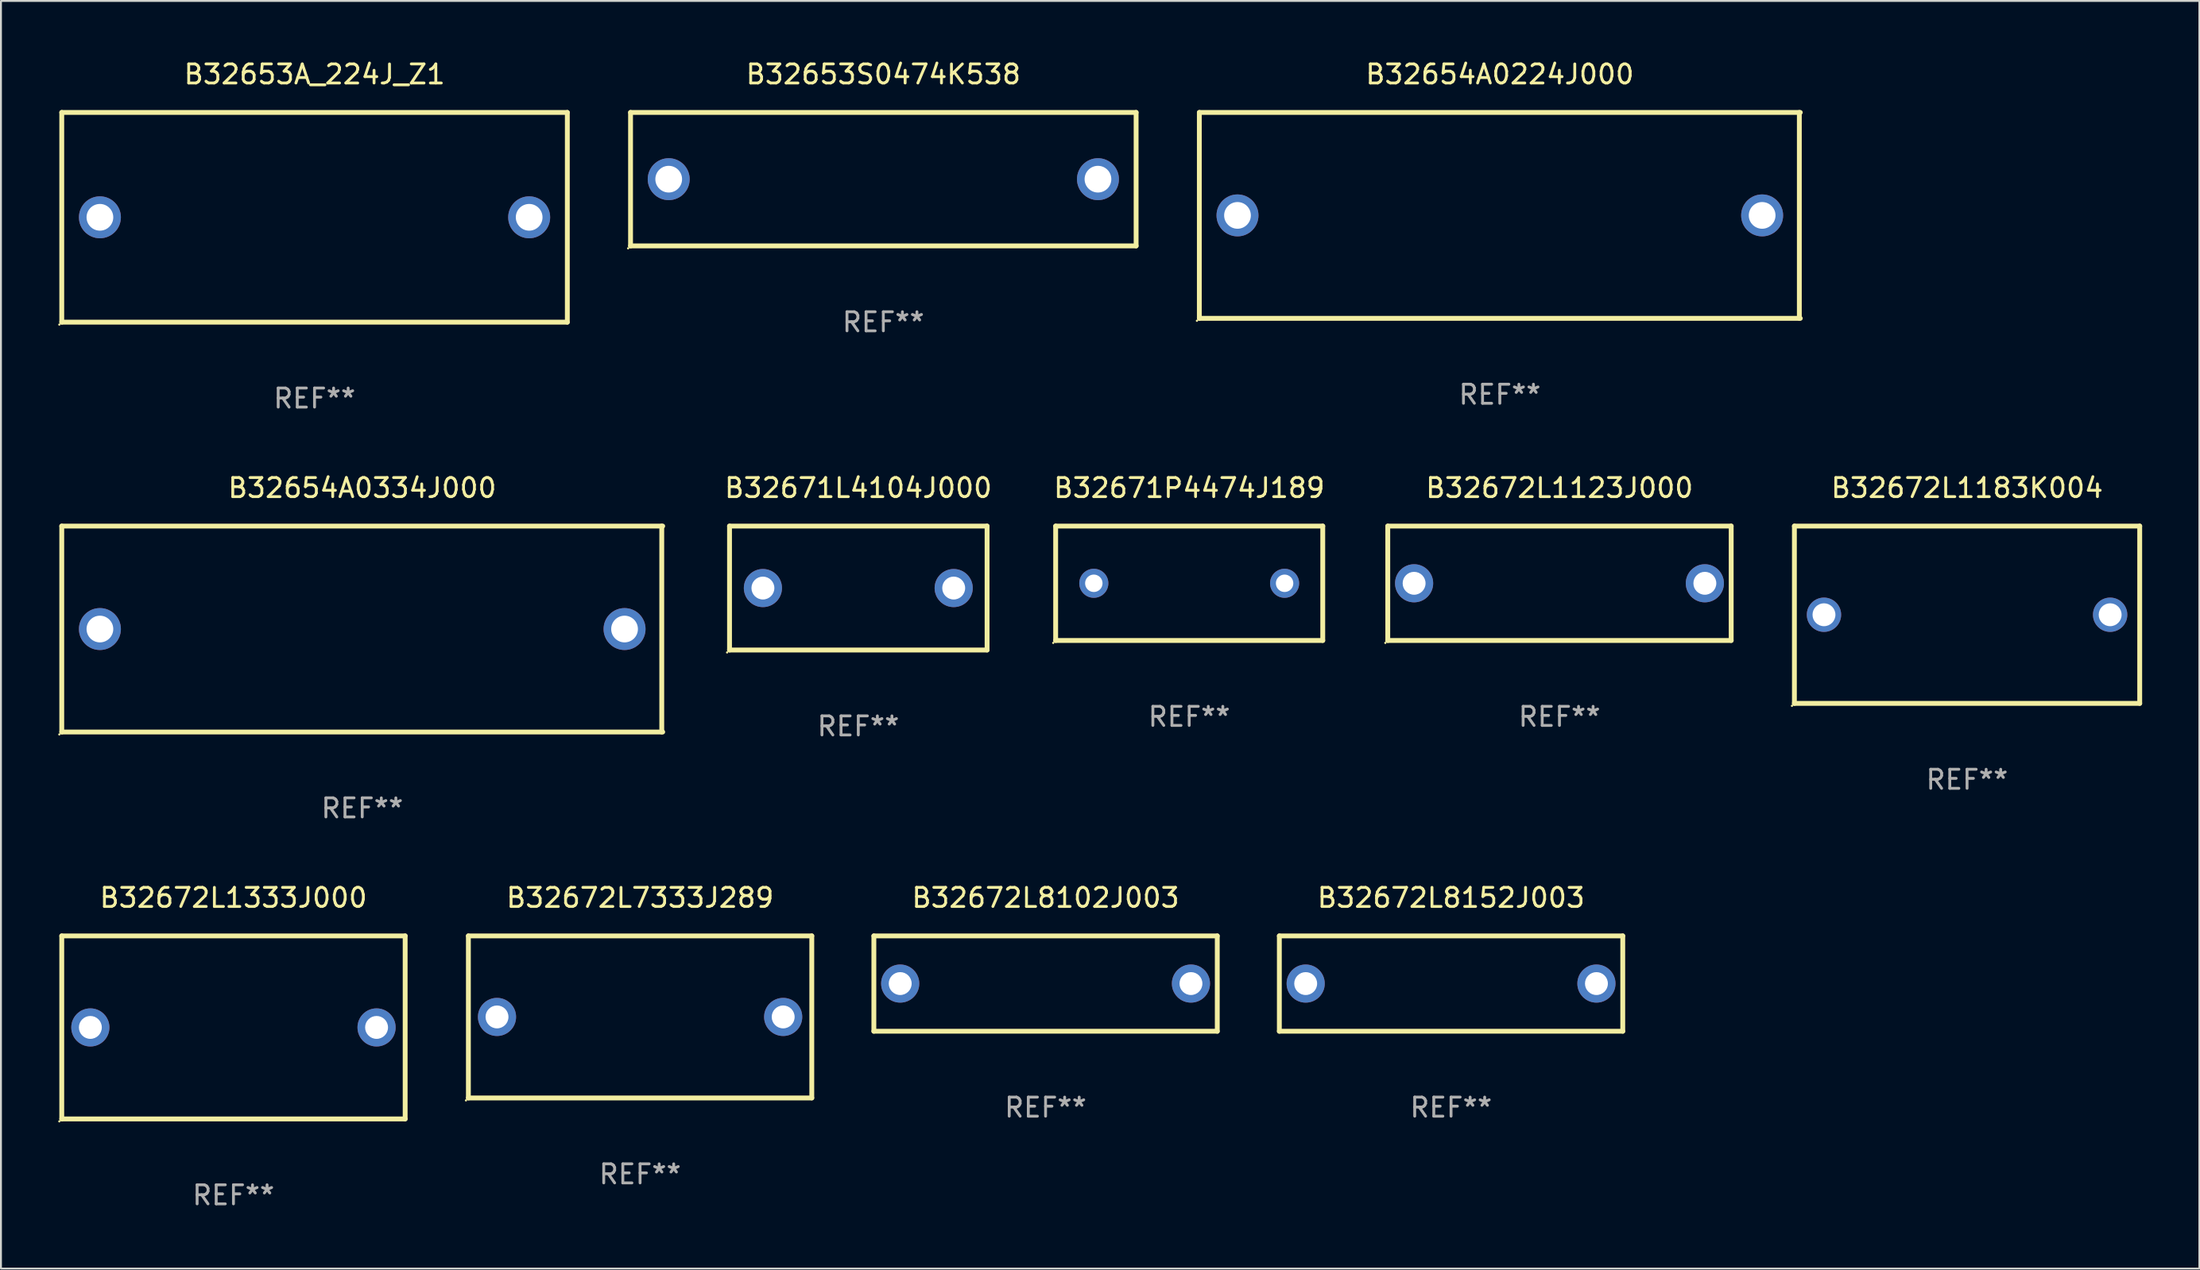
<source format=kicad_pcb>
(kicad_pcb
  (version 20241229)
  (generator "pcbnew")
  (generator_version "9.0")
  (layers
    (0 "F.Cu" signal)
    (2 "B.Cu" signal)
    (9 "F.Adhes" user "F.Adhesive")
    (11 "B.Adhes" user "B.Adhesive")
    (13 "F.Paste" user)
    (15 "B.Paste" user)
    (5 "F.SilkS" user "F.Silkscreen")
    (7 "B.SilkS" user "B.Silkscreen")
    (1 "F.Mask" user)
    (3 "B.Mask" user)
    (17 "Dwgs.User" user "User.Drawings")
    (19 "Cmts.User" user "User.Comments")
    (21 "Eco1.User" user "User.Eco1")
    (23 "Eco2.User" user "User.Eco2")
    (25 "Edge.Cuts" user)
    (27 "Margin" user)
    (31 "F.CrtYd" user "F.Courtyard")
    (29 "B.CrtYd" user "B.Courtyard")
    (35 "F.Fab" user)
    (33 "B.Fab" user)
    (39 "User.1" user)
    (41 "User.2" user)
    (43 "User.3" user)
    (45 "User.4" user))
  (footprint "B32671P4474J189"
    (layer "F.Cu")
    (at 59.284 27.545)
    (property "Reference" "B32671P4474J189" (at 0 -5 0) (layer "F.SilkS") (effects (font (size 1 1) (thickness 0.15))))
    (attr through_hole)
    (fp_line (start -7 -3) (end 7 -3) (stroke (width 0.254) (type solid)) (layer "F.SilkS"))
    (fp_line (start -7 3) (end -7 -3) (stroke (width 0.254) (type solid)) (layer "F.SilkS"))
    (fp_line (start 7 -3) (end 7 3) (stroke (width 0.254) (type solid)) (layer "F.SilkS"))
    (fp_line (start 7 3) (end -7 3) (stroke (width 0.254) (type solid)) (layer "F.SilkS"))
    (fp_circle (center -7.127 3.127) (end -7.097 3.127) (stroke (width 0.06) (type solid)) (fill no) (layer "F.SilkS"))
    (fp_text user "REF**" (at 0 7 0) (layer "F.Fab") (effects (font (size 1 1) (thickness 0.15))))
    (pad "1" thru_hole circle (at -5 0) (size 1.524 1.524) (drill 0.914) (layers "*.Cu" "*.Mask"))
    (pad "2" thru_hole circle (at 5 0) (size 1.524 1.524) (drill 0.914) (layers "*.Cu" "*.Mask")))
  (footprint "B32653S0474K538"
    (layer "F.Cu")
    (at 43.251 6.348)
    (property "Reference" "B32653S0474K538" (at 0 -5.5 0) (layer "F.SilkS") (effects (font (size 1 1) (thickness 0.15))))
    (attr through_hole)
    (fp_line (start -13.25 -3.5) (end 13.25 -3.5) (stroke (width 0.254) (type solid)) (layer "F.SilkS"))
    (fp_line (start -13.25 3.5) (end -13.25 -3.5) (stroke (width 0.254) (type solid)) (layer "F.SilkS"))
    (fp_line (start 13.25 -3.5) (end 13.25 3.5) (stroke (width 0.254) (type solid)) (layer "F.SilkS"))
    (fp_line (start 13.25 3.5) (end -13.25 3.5) (stroke (width 0.254) (type solid)) (layer "F.SilkS"))
    (fp_circle (center -13.377 3.627) (end -13.347 3.627) (stroke (width 0.06) (type solid)) (fill no) (layer "F.SilkS"))
    (fp_text user "REF**" (at 0 7.5 0) (layer "F.Fab") (effects (font (size 1 1) (thickness 0.15))))
    (pad "1" thru_hole circle (at -11.25 0) (size 2.2 2.2) (drill 1.4) (layers "*.Cu" "*.Mask"))
    (pad "2" thru_hole circle (at 11.25 0) (size 2.2 2.2) (drill 1.4) (layers "*.Cu" "*.Mask")))
  (footprint "B32654A0334J000"
    (layer "F.Cu")
    (at 15.937 29.945)
    (property "Reference" "B32654A0334J000" (at 0 -7.4 0) (layer "F.SilkS") (effects (font (size 1 1) (thickness 0.15))))
    (attr through_hole)
    (fp_line (start -15.75 -5.4) (end 15.75 -5.4) (stroke (width 0.254) (type solid)) (layer "F.SilkS"))
    (fp_line (start -15.75 5.4) (end -15.75 -5.4) (stroke (width 0.254) (type solid)) (layer "F.SilkS"))
    (fp_line (start 15.7 -5.4) (end 15.7 5.4) (stroke (width 0.254) (type solid)) (layer "F.SilkS"))
    (fp_line (start 15.75 5.4) (end -15.75 5.4) (stroke (width 0.254) (type solid)) (layer "F.SilkS"))
    (fp_circle (center -15.877 5.527) (end -15.847 5.527) (stroke (width 0.06) (type solid)) (fill no) (layer "F.SilkS"))
    (fp_text user "REF**" (at 0 9.4 0) (layer "F.Fab") (effects (font (size 1 1) (thickness 0.15))))
    (pad "1" thru_hole circle (at -13.75 0) (size 2.2 2.2) (drill 1.4) (layers "*.Cu" "*.Mask"))
    (pad "2" thru_hole circle (at 13.75 0) (size 2.2 2.2) (drill 1.4) (layers "*.Cu" "*.Mask")))
  (footprint "B32672L7333J289"
    (layer "F.Cu")
    (at 30.501 50.291)
    (property "Reference" "B32672L7333J289" (at 0 -6.25 0) (layer "F.SilkS") (effects (font (size 1 1) (thickness 0.15))))
    (attr through_hole)
    (fp_line (start -9 -4.25) (end -9 4.25) (stroke (width 0.254) (type solid)) (layer "F.SilkS"))
    (fp_line (start -9 -4.25) (end 9 -4.25) (stroke (width 0.254) (type solid)) (layer "F.SilkS"))
    (fp_line (start 9 4.25) (end -9 4.25) (stroke (width 0.254) (type solid)) (layer "F.SilkS"))
    (fp_line (start 9 4.25) (end 9 -4.25) (stroke (width 0.254) (type solid)) (layer "F.SilkS"))
    (fp_circle (center -9.127 4.377) (end -9.097 4.377) (stroke (width 0.06) (type solid)) (fill no) (layer "F.SilkS"))
    (fp_text user "REF**" (at 0 8.25 0) (layer "F.Fab") (effects (font (size 1 1) (thickness 0.15))))
    (pad "1" thru_hole circle (at -7.5 0) (size 2 2) (drill 1.2) (layers "*.Cu" "*.Mask"))
    (pad "2" thru_hole circle (at 7.5 0) (size 2 2) (drill 1.2) (layers "*.Cu" "*.Mask")))
  (footprint "B32672L1333J000"
    (layer "F.Cu")
    (at 9.187 50.841)
    (property "Reference" "B32672L1333J000" (at 0 -6.8 0) (layer "F.SilkS") (effects (font (size 1 1) (thickness 0.15))))
    (attr through_hole)
    (fp_line (start -9 -4.8) (end 9 -4.8) (stroke (width 0.254) (type solid)) (layer "F.SilkS"))
    (fp_line (start -9 4.8) (end -9 -4.8) (stroke (width 0.254) (type solid)) (layer "F.SilkS"))
    (fp_line (start 9 -4.8) (end 9 4.8) (stroke (width 0.254) (type solid)) (layer "F.SilkS"))
    (fp_line (start 9 4.8) (end -9 4.8) (stroke (width 0.254) (type solid)) (layer "F.SilkS"))
    (fp_circle (center -9.127 4.927) (end -9.097 4.927) (stroke (width 0.06) (type solid)) (fill no) (layer "F.SilkS"))
    (fp_text user "REF**" (at 0 8.8 0) (layer "F.Fab") (effects (font (size 1 1) (thickness 0.15))))
    (pad "1" thru_hole circle (at -7.501 0) (size 2 2) (drill 1.2) (layers "*.Cu" "*.Mask"))
    (pad "2" thru_hole circle (at 7.501 0) (size 2 2) (drill 1.2) (layers "*.Cu" "*.Mask")))
  (footprint "B32653A_224J_Z1"
    (layer "F.Cu")
    (at 13.437 8.348)
    (property "Reference" "B32653A_224J_Z1" (at 0 -7.5 0) (layer "F.SilkS") (effects (font (size 1 1) (thickness 0.15))))
    (attr through_hole)
    (fp_line (start -13.25 -5.5) (end 13.25 -5.5) (stroke (width 0.254) (type solid)) (layer "F.SilkS"))
    (fp_line (start -13.25 5.5) (end -13.25 -5.5) (stroke (width 0.254) (type solid)) (layer "F.SilkS"))
    (fp_line (start 13.25 -5.5) (end 13.25 5.5) (stroke (width 0.254) (type solid)) (layer "F.SilkS"))
    (fp_line (start 13.25 5.5) (end -13.25 5.5) (stroke (width 0.254) (type solid)) (layer "F.SilkS"))
    (fp_circle (center -13.377 5.627) (end -13.347 5.627) (stroke (width 0.06) (type solid)) (fill no) (layer "F.SilkS"))
    (fp_text user "REF**" (at 0 9.5 0) (layer "F.Fab") (effects (font (size 1 1) (thickness 0.15))))
    (pad "1" thru_hole circle (at -11.25 0) (size 2.2 2.2) (drill 1.4) (layers "*.Cu" "*.Mask"))
    (pad "2" thru_hole circle (at 11.25 0) (size 2.2 2.2) (drill 1.4) (layers "*.Cu" "*.Mask")))
  (footprint "B32654A0224J000"
    (layer "F.Cu")
    (at 75.565 8.248)
    (property "Reference" "B32654A0224J000" (at 0 -7.4 0) (layer "F.SilkS") (effects (font (size 1 1) (thickness 0.15))))
    (attr through_hole)
    (fp_line (start -15.75 -5.4) (end 15.75 -5.4) (stroke (width 0.254) (type solid)) (layer "F.SilkS"))
    (fp_line (start -15.75 5.4) (end -15.75 -5.4) (stroke (width 0.254) (type solid)) (layer "F.SilkS"))
    (fp_line (start 15.7 -5.4) (end 15.7 5.4) (stroke (width 0.254) (type solid)) (layer "F.SilkS"))
    (fp_line (start 15.75 5.4) (end -15.75 5.4) (stroke (width 0.254) (type solid)) (layer "F.SilkS"))
    (fp_circle (center -15.877 5.527) (end -15.847 5.527) (stroke (width 0.06) (type solid)) (fill no) (layer "F.SilkS"))
    (fp_text user "REF**" (at 0 9.4 0) (layer "F.Fab") (effects (font (size 1 1) (thickness 0.15))))
    (pad "1" thru_hole circle (at -13.75 0) (size 2.2 2.2) (drill 1.4) (layers "*.Cu" "*.Mask"))
    (pad "2" thru_hole circle (at 13.75 0) (size 2.2 2.2) (drill 1.4) (layers "*.Cu" "*.Mask")))
  (footprint "B32672L8102J003"
    (layer "F.Cu")
    (at 51.755 48.541)
    (property "Reference" "B32672L8102J003" (at 0 -4.5 0) (layer "F.SilkS") (effects (font (size 1 1) (thickness 0.15))))
    (attr through_hole)
    (fp_line (start -9 -2.5) (end 9 -2.5) (stroke (width 0.254) (type solid)) (layer "F.SilkS"))
    (fp_line (start -9 2.5) (end -9 -2.5) (stroke (width 0.254) (type solid)) (layer "F.SilkS"))
    (fp_line (start 9 -2.5) (end 9 2.5) (stroke (width 0.254) (type solid)) (layer "F.SilkS"))
    (fp_line (start 9 2.5) (end -9 2.5) (stroke (width 0.254) (type solid)) (layer "F.SilkS"))
    (fp_circle (center -9 2.5) (end -8.97 2.5) (stroke (width 0.06) (type solid)) (fill no) (layer "F.SilkS"))
    (fp_text user "REF**" (at 0 6.5 0) (layer "F.Fab") (effects (font (size 1 1) (thickness 0.15))))
    (pad "1" thru_hole circle (at -7.62 -0.000127) (size 2 2) (drill 1.2) (layers "*.Cu" "*.Mask"))
    (pad "2" thru_hole circle (at 7.62 -0.000127) (size 2 2) (drill 1.2) (layers "*.Cu" "*.Mask")))
  (footprint "B32672L1183K004"
    (layer "F.Cu")
    (at 100.056 29.195)
    (property "Reference" "B32672L1183K004" (at 0 -6.65 0) (layer "F.SilkS") (effects (font (size 1 1) (thickness 0.15))))
    (attr through_hole)
    (fp_line (start -9.05 -4.65) (end 9.05 -4.65) (stroke (width 0.254) (type solid)) (layer "F.SilkS"))
    (fp_line (start -9.05 4.65) (end -9.05 -4.65) (stroke (width 0.254) (type solid)) (layer "F.SilkS"))
    (fp_line (start 9.05 -4.65) (end 9.05 4.65) (stroke (width 0.254) (type solid)) (layer "F.SilkS"))
    (fp_line (start 9.05 4.65) (end -9.05 4.65) (stroke (width 0.254) (type solid)) (layer "F.SilkS"))
    (fp_circle (center -9.177 4.777) (end -9.147 4.777) (stroke (width 0.06) (type solid)) (fill no) (layer "F.SilkS"))
    (fp_text user "REF**" (at 0 8.65 0) (layer "F.Fab") (effects (font (size 1 1) (thickness 0.15))))
    (pad "1" thru_hole circle (at -7.5 -0.000025) (size 1.8 1.8) (drill 1.2) (layers "*.Cu" "*.Mask"))
    (pad "2" thru_hole circle (at 7.5 -0.000025) (size 1.8 1.8) (drill 1.2) (layers "*.Cu" "*.Mask")))
  (footprint "B32672L1123J000"
    (layer "F.Cu")
    (at 78.692 27.545)
    (property "Reference" "B32672L1123J000" (at 0 -5 0) (layer "F.SilkS") (effects (font (size 1 1) (thickness 0.15))))
    (attr through_hole)
    (fp_line (start -9 -3) (end 9 -3) (stroke (width 0.254) (type solid)) (layer "F.SilkS"))
    (fp_line (start -9 3) (end -9 -3) (stroke (width 0.254) (type solid)) (layer "F.SilkS"))
    (fp_line (start 9 -3) (end 9 3) (stroke (width 0.254) (type solid)) (layer "F.SilkS"))
    (fp_line (start 9 3) (end -9 3) (stroke (width 0.254) (type solid)) (layer "F.SilkS"))
    (fp_circle (center -9.127 3.127) (end -9.097 3.127) (stroke (width 0.06) (type solid)) (fill no) (layer "F.SilkS"))
    (fp_text user "REF**" (at 0 7 0) (layer "F.Fab") (effects (font (size 1 1) (thickness 0.15))))
    (pad "1" thru_hole circle (at -7.62 0) (size 2 2) (drill 1.2) (layers "*.Cu" "*.Mask"))
    (pad "2" thru_hole circle (at 7.62 0) (size 2 2) (drill 1.2) (layers "*.Cu" "*.Mask")))
  (footprint "B32671L4104J000"
    (layer "F.Cu")
    (at 41.939 27.795)
    (property "Reference" "B32671L4104J000" (at 0 -5.25 0) (layer "F.SilkS") (effects (font (size 1 1) (thickness 0.15))))
    (attr through_hole)
    (fp_line (start -6.75 -3.25) (end 6.75 -3.25) (stroke (width 0.254) (type solid)) (layer "F.SilkS"))
    (fp_line (start -6.75 3.25) (end -6.75 -3.25) (stroke (width 0.254) (type solid)) (layer "F.SilkS"))
    (fp_line (start 6.75 -3.25) (end 6.75 3.25) (stroke (width 0.254) (type solid)) (layer "F.SilkS"))
    (fp_line (start 6.75 3.25) (end -6.75 3.25) (stroke (width 0.254) (type solid)) (layer "F.SilkS"))
    (fp_circle (center -6.877 3.377) (end -6.847 3.377) (stroke (width 0.06) (type solid)) (fill no) (layer "F.SilkS"))
    (fp_text user "REF**" (at 0 7.25 0) (layer "F.Fab") (effects (font (size 1 1) (thickness 0.15))))
    (pad "1" thru_hole circle (at -5 -0.000013) (size 2 2) (drill 1.2) (layers "*.Cu" "*.Mask"))
    (pad "2" thru_hole circle (at 5 -0.000013) (size 2 2) (drill 1.2) (layers "*.Cu" "*.Mask")))
  (footprint "B32672L8152J003"
    (layer "F.Cu")
    (at 73.009 48.541)
    (property "Reference" "B32672L8152J003" (at 0 -4.5 0) (layer "F.SilkS") (effects (font (size 1 1) (thickness 0.15))))
    (attr through_hole)
    (fp_line (start -9 -2.5) (end 9 -2.5) (stroke (width 0.254) (type solid)) (layer "F.SilkS"))
    (fp_line (start -9 2.5) (end -9 -2.5) (stroke (width 0.254) (type solid)) (layer "F.SilkS"))
    (fp_line (start 9 -2.5) (end 9 2.5) (stroke (width 0.254) (type solid)) (layer "F.SilkS"))
    (fp_line (start 9 2.5) (end -9 2.5) (stroke (width 0.254) (type solid)) (layer "F.SilkS"))
    (fp_circle (center -9 2.5) (end -8.97 2.5) (stroke (width 0.06) (type solid)) (fill no) (layer "F.SilkS"))
    (fp_text user "REF**" (at 0 6.5 0) (layer "F.Fab") (effects (font (size 1 1) (thickness 0.15))))
    (pad "1" thru_hole circle (at -7.62 -0.000127) (size 2 2) (drill 1.2) (layers "*.Cu" "*.Mask"))
    (pad "2" thru_hole circle (at 7.62 -0.000127) (size 2 2) (drill 1.2) (layers "*.Cu" "*.Mask")))
  (gr_rect
    (start -3 -3)
    (end 112.233 63.49)
    (stroke (width 0.1) (type default))
    (fill no)
    (layer "Edge.Cuts")))
</source>
